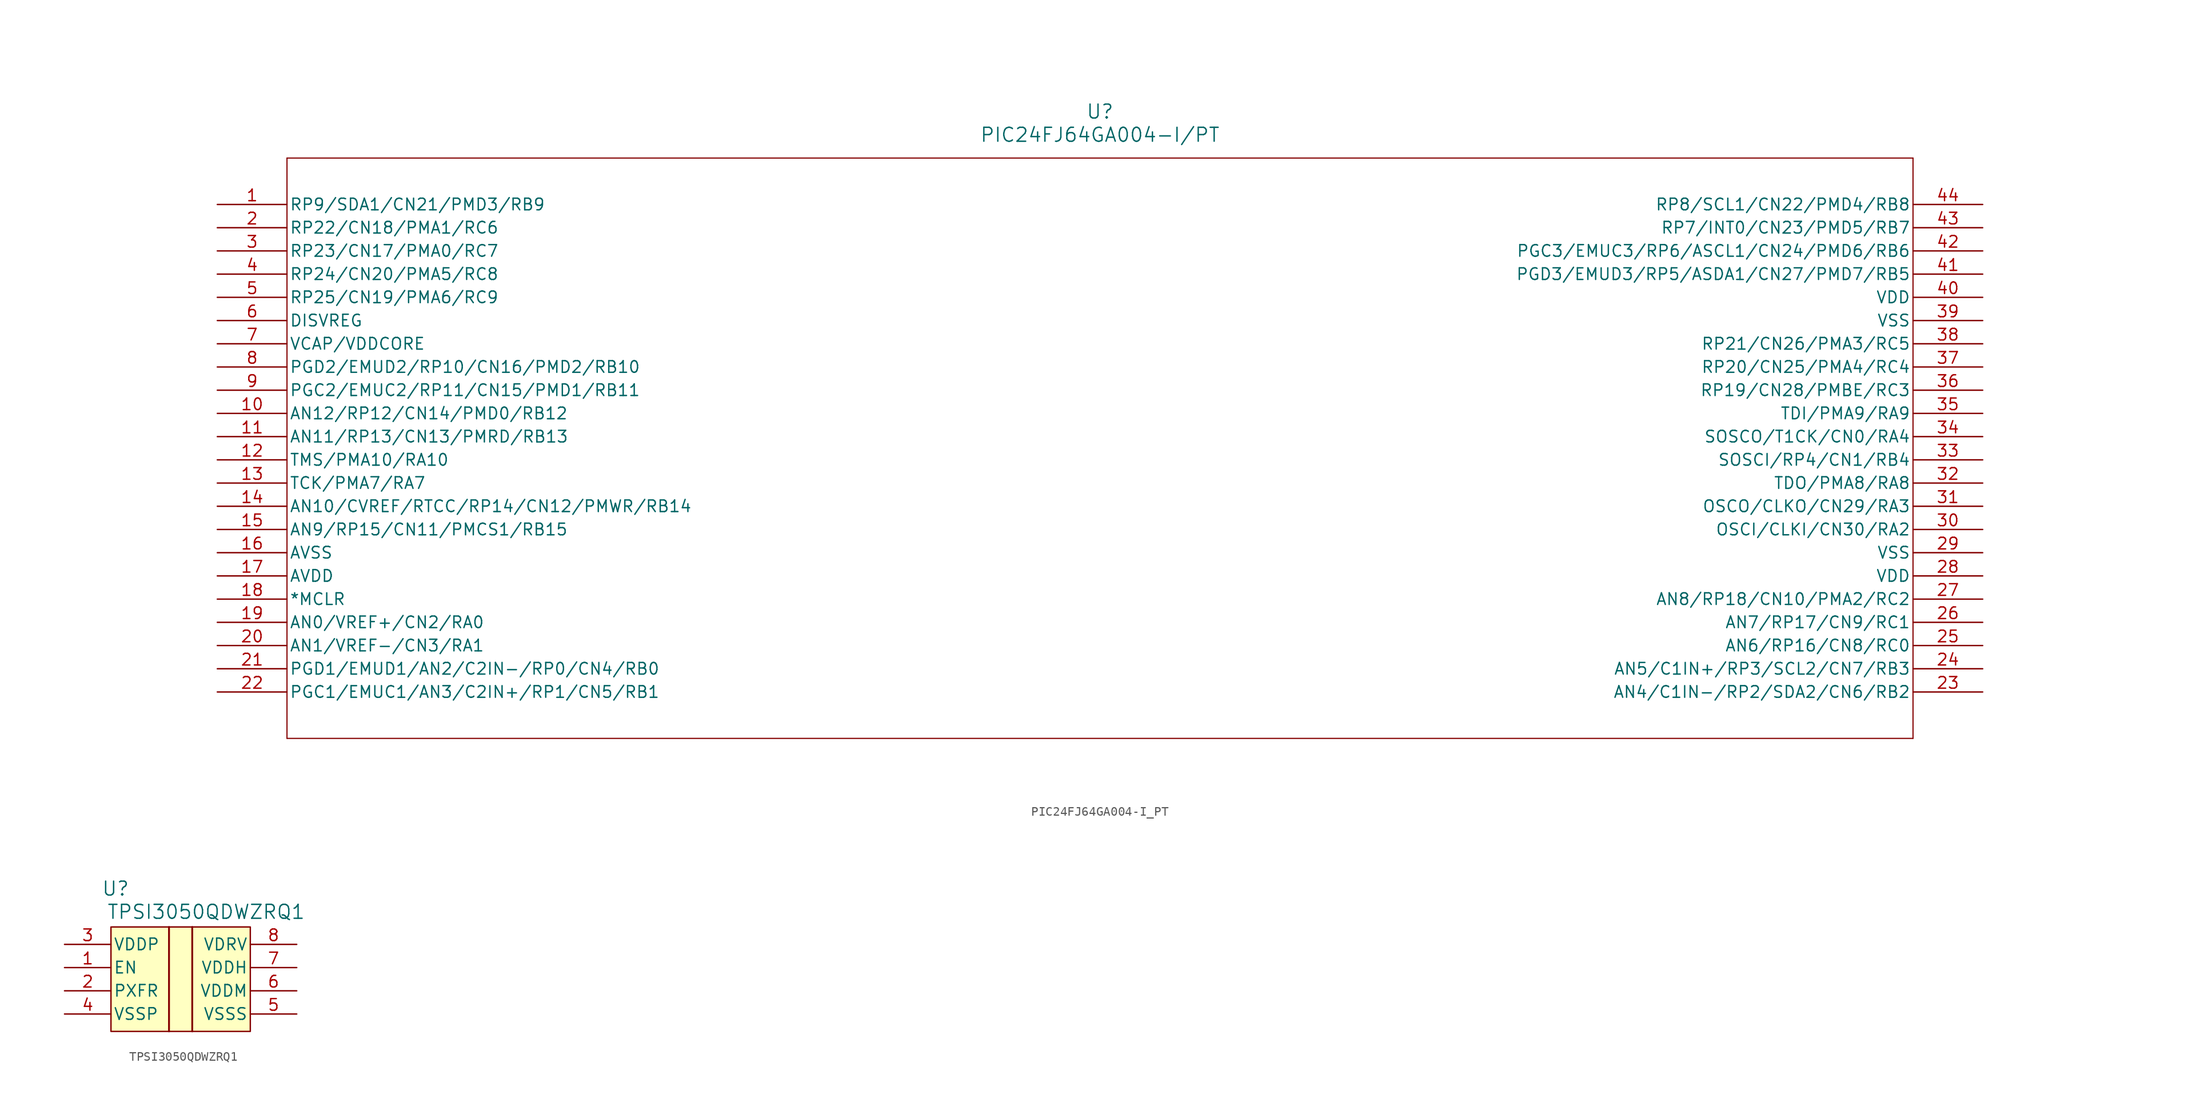
<source format=kicad_sym>
(kicad_symbol_lib
  (version 20231120)
  (generator "kicad_symbol_editor")
  (generator_version "8.0")
  (symbol "PIC24FJ64GA004-I_PT"
    (pin_names
      (offset 0.254))
    (property "Reference" "U"
      (at 96.52 10.16 0)
      (effects (font (size 1.524 1.524))))
    (property "Value" "PIC24FJ64GA004-I/PT"
      (at 96.52 7.62 0)
      (effects (font (size 1.524 1.524))))
    (property "ki_locked" ""
      (at 0 0 0)
      (effects (font (size 1.27 1.27))))
    (symbol "PIC24FJ64GA004-I_PT_0_1"
      (polyline (pts (xy 7.62 -58.42) (xy 185.42 -58.42)) (stroke (width 0.127) (type default)) (fill (type none)))
      (polyline (pts (xy 7.62 5.08) (xy 7.62 -58.42)) (stroke (width 0.127) (type default)) (fill (type none)))
      (polyline (pts (xy 185.42 -58.42) (xy 185.42 5.08)) (stroke (width 0.127) (type default)) (fill (type none)))
      (polyline (pts (xy 185.42 5.08) (xy 7.62 5.08)) (stroke (width 0.127) (type default)) (fill (type none)))
      (pin unspecified line (at 0 0 0) (length 7.62) (name "RP9/SDA1/CN21/PMD3/RB9" (effects (font (size 1.27 1.27)))) (number "1" (effects (font (size 1.27 1.27)))))
      (pin unspecified line (at 0 -22.86 0) (length 7.62) (name "AN12/RP12/CN14/PMD0/RB12" (effects (font (size 1.27 1.27)))) (number "10" (effects (font (size 1.27 1.27)))))
      (pin unspecified line (at 0 -25.4 0) (length 7.62) (name "AN11/RP13/CN13/PMRD/RB13" (effects (font (size 1.27 1.27)))) (number "11" (effects (font (size 1.27 1.27)))))
      (pin unspecified line (at 0 -27.94 0) (length 7.62) (name "TMS/PMA10/RA10" (effects (font (size 1.27 1.27)))) (number "12" (effects (font (size 1.27 1.27)))))
      (pin unspecified line (at 0 -30.48 0) (length 7.62) (name "TCK/PMA7/RA7" (effects (font (size 1.27 1.27)))) (number "13" (effects (font (size 1.27 1.27)))))
      (pin unspecified line (at 0 -33.02 0) (length 7.62) (name "AN10/CVREF/RTCC/RP14/CN12/PMWR/RB14" (effects (font (size 1.27 1.27)))) (number "14" (effects (font (size 1.27 1.27)))))
      (pin unspecified line (at 0 -35.56 0) (length 7.62) (name "AN9/RP15/CN11/PMCS1/RB15" (effects (font (size 1.27 1.27)))) (number "15" (effects (font (size 1.27 1.27)))))
      (pin unspecified line (at 0 -38.1 0) (length 7.62) (name "AVSS" (effects (font (size 1.27 1.27)))) (number "16" (effects (font (size 1.27 1.27)))))
      (pin unspecified line (at 0 -40.64 0) (length 7.62) (name "AVDD" (effects (font (size 1.27 1.27)))) (number "17" (effects (font (size 1.27 1.27)))))
      (pin unspecified line (at 0 -43.18 0) (length 7.62) (name "*MCLR" (effects (font (size 1.27 1.27)))) (number "18" (effects (font (size 1.27 1.27)))))
      (pin unspecified line (at 0 -45.72 0) (length 7.62) (name "AN0/VREF+/CN2/RA0" (effects (font (size 1.27 1.27)))) (number "19" (effects (font (size 1.27 1.27)))))
      (pin unspecified line (at 0 -2.54 0) (length 7.62) (name "RP22/CN18/PMA1/RC6" (effects (font (size 1.27 1.27)))) (number "2" (effects (font (size 1.27 1.27)))))
      (pin unspecified line (at 0 -48.26 0) (length 7.62) (name "AN1/VREF-/CN3/RA1" (effects (font (size 1.27 1.27)))) (number "20" (effects (font (size 1.27 1.27)))))
      (pin unspecified line (at 0 -50.8 0) (length 7.62) (name "PGD1/EMUD1/AN2/C2IN-/RP0/CN4/RB0" (effects (font (size 1.27 1.27)))) (number "21" (effects (font (size 1.27 1.27)))))
      (pin unspecified line (at 0 -53.34 0) (length 7.62) (name "PGC1/EMUC1/AN3/C2IN+/RP1/CN5/RB1" (effects (font (size 1.27 1.27)))) (number "22" (effects (font (size 1.27 1.27)))))
      (pin unspecified line (at 193.04 -53.34 180) (length 7.62) (name "AN4/C1IN-/RP2/SDA2/CN6/RB2" (effects (font (size 1.27 1.27)))) (number "23" (effects (font (size 1.27 1.27)))))
      (pin unspecified line (at 193.04 -50.8 180) (length 7.62) (name "AN5/C1IN+/RP3/SCL2/CN7/RB3" (effects (font (size 1.27 1.27)))) (number "24" (effects (font (size 1.27 1.27)))))
      (pin unspecified line (at 193.04 -48.26 180) (length 7.62) (name "AN6/RP16/CN8/RC0" (effects (font (size 1.27 1.27)))) (number "25" (effects (font (size 1.27 1.27)))))
      (pin unspecified line (at 193.04 -45.72 180) (length 7.62) (name "AN7/RP17/CN9/RC1" (effects (font (size 1.27 1.27)))) (number "26" (effects (font (size 1.27 1.27)))))
      (pin unspecified line (at 193.04 -43.18 180) (length 7.62) (name "AN8/RP18/CN10/PMA2/RC2" (effects (font (size 1.27 1.27)))) (number "27" (effects (font (size 1.27 1.27)))))
      (pin unspecified line (at 193.04 -40.64 180) (length 7.62) (name "VDD" (effects (font (size 1.27 1.27)))) (number "28" (effects (font (size 1.27 1.27)))))
      (pin unspecified line (at 193.04 -38.1 180) (length 7.62) (name "VSS" (effects (font (size 1.27 1.27)))) (number "29" (effects (font (size 1.27 1.27)))))
      (pin unspecified line (at 0 -5.08 0) (length 7.62) (name "RP23/CN17/PMA0/RC7" (effects (font (size 1.27 1.27)))) (number "3" (effects (font (size 1.27 1.27)))))
      (pin unspecified line (at 193.04 -35.56 180) (length 7.62) (name "OSCI/CLKI/CN30/RA2" (effects (font (size 1.27 1.27)))) (number "30" (effects (font (size 1.27 1.27)))))
      (pin unspecified line (at 193.04 -33.02 180) (length 7.62) (name "OSCO/CLKO/CN29/RA3" (effects (font (size 1.27 1.27)))) (number "31" (effects (font (size 1.27 1.27)))))
      (pin unspecified line (at 193.04 -30.48 180) (length 7.62) (name "TDO/PMA8/RA8" (effects (font (size 1.27 1.27)))) (number "32" (effects (font (size 1.27 1.27)))))
      (pin unspecified line (at 193.04 -27.94 180) (length 7.62) (name "SOSCI/RP4/CN1/RB4" (effects (font (size 1.27 1.27)))) (number "33" (effects (font (size 1.27 1.27)))))
      (pin unspecified line (at 193.04 -25.4 180) (length 7.62) (name "SOSCO/T1CK/CN0/RA4" (effects (font (size 1.27 1.27)))) (number "34" (effects (font (size 1.27 1.27)))))
      (pin unspecified line (at 193.04 -22.86 180) (length 7.62) (name "TDI/PMA9/RA9" (effects (font (size 1.27 1.27)))) (number "35" (effects (font (size 1.27 1.27)))))
      (pin unspecified line (at 193.04 -20.32 180) (length 7.62) (name "RP19/CN28/PMBE/RC3" (effects (font (size 1.27 1.27)))) (number "36" (effects (font (size 1.27 1.27)))))
      (pin unspecified line (at 193.04 -17.78 180) (length 7.62) (name "RP20/CN25/PMA4/RC4" (effects (font (size 1.27 1.27)))) (number "37" (effects (font (size 1.27 1.27)))))
      (pin unspecified line (at 193.04 -15.24 180) (length 7.62) (name "RP21/CN26/PMA3/RC5" (effects (font (size 1.27 1.27)))) (number "38" (effects (font (size 1.27 1.27)))))
      (pin unspecified line (at 193.04 -12.7 180) (length 7.62) (name "VSS" (effects (font (size 1.27 1.27)))) (number "39" (effects (font (size 1.27 1.27)))))
      (pin unspecified line (at 0 -7.62 0) (length 7.62) (name "RP24/CN20/PMA5/RC8" (effects (font (size 1.27 1.27)))) (number "4" (effects (font (size 1.27 1.27)))))
      (pin unspecified line (at 193.04 -10.16 180) (length 7.62) (name "VDD" (effects (font (size 1.27 1.27)))) (number "40" (effects (font (size 1.27 1.27)))))
      (pin unspecified line (at 193.04 -7.62 180) (length 7.62) (name "PGD3/EMUD3/RP5/ASDA1/CN27/PMD7/RB5" (effects (font (size 1.27 1.27)))) (number "41" (effects (font (size 1.27 1.27)))))
      (pin unspecified line (at 193.04 -5.08 180) (length 7.62) (name "PGC3/EMUC3/RP6/ASCL1/CN24/PMD6/RB6" (effects (font (size 1.27 1.27)))) (number "42" (effects (font (size 1.27 1.27)))))
      (pin unspecified line (at 193.04 -2.54 180) (length 7.62) (name "RP7/INT0/CN23/PMD5/RB7" (effects (font (size 1.27 1.27)))) (number "43" (effects (font (size 1.27 1.27)))))
      (pin unspecified line (at 193.04 0 180) (length 7.62) (name "RP8/SCL1/CN22/PMD4/RB8" (effects (font (size 1.27 1.27)))) (number "44" (effects (font (size 1.27 1.27)))))
      (pin unspecified line (at 0 -10.16 0) (length 7.62) (name "RP25/CN19/PMA6/RC9" (effects (font (size 1.27 1.27)))) (number "5" (effects (font (size 1.27 1.27)))))
      (pin unspecified line (at 0 -12.7 0) (length 7.62) (name "DISVREG" (effects (font (size 1.27 1.27)))) (number "6" (effects (font (size 1.27 1.27)))))
      (pin unspecified line (at 0 -15.24 0) (length 7.62) (name "VCAP/VDDCORE" (effects (font (size 1.27 1.27)))) (number "7" (effects (font (size 1.27 1.27)))))
      (pin unspecified line (at 0 -17.78 0) (length 7.62) (name "PGD2/EMUD2/RP10/CN16/PMD2/RB10" (effects (font (size 1.27 1.27)))) (number "8" (effects (font (size 1.27 1.27)))))
      (pin unspecified line (at 0 -20.32 0) (length 7.62) (name "PGC2/EMUC2/RP11/CN15/PMD1/RB11" (effects (font (size 1.27 1.27)))) (number "9" (effects (font (size 1.27 1.27)))))))
  (symbol "TPSI3050QDWZRQ1"
    (pin_names
      (offset 0.254))
    (property "Reference" "U"
      (at 5.588 6.096 0)
      (effects (font (size 1.524 1.524))))
    (property "Value" "TPSI3050QDWZRQ1"
      (at 15.494 3.556 0)
      (effects (font (size 1.524 1.524))))
    (symbol "TPSI3050QDWZRQ1_0_1"
      (polyline (pts (xy 11.43 1.905) (xy 11.43 -9.525)) (stroke (width 0.203) (type default)) (fill (type none)))
      (polyline (pts (xy 13.97 1.905) (xy 13.97 -9.525)) (stroke (width 0.203) (type default)) (fill (type none)))
      (pin input line (at 0 -2.54 0) (length 5.08) (name "EN" (effects (font (size 1.27 1.27)))) (number "1" (effects (font (size 1.27 1.27)))))
      (pin unspecified line (at 0 -5.08 0) (length 5.08) (name "PXFR" (effects (font (size 1.27 1.27)))) (number "2" (effects (font (size 1.27 1.27)))))
      (pin power_in line (at 0 0 0) (length 5.08) (name "VDDP" (effects (font (size 1.27 1.27)))) (number "3" (effects (font (size 1.27 1.27)))))
      (pin power_in line (at 0 -7.62 0) (length 5.08) (name "VSSP" (effects (font (size 1.27 1.27)))) (number "4" (effects (font (size 1.27 1.27)))))
      (pin power_in line (at 25.4 -7.62 180) (length 5.08) (name "VSSS" (effects (font (size 1.27 1.27)))) (number "5" (effects (font (size 1.27 1.27)))))
      (pin power_in line (at 25.4 -5.08 180) (length 5.08) (name "VDDM" (effects (font (size 1.27 1.27)))) (number "6" (effects (font (size 1.27 1.27)))))
      (pin power_in line (at 25.4 -2.54 180) (length 5.08) (name "VDDH" (effects (font (size 1.27 1.27)))) (number "7" (effects (font (size 1.27 1.27)))))
      (pin unspecified line (at 25.4 0 180) (length 5.08) (name "VDRV" (effects (font (size 1.27 1.27)))) (number "8" (effects (font (size 1.27 1.27))))))
    (symbol "TPSI3050QDWZRQ1_1_1"
      (rectangle (start 5.08 1.905) (end 20.32 -9.525) (stroke (width 0) (type default)) (fill (type background))))))
</source>
